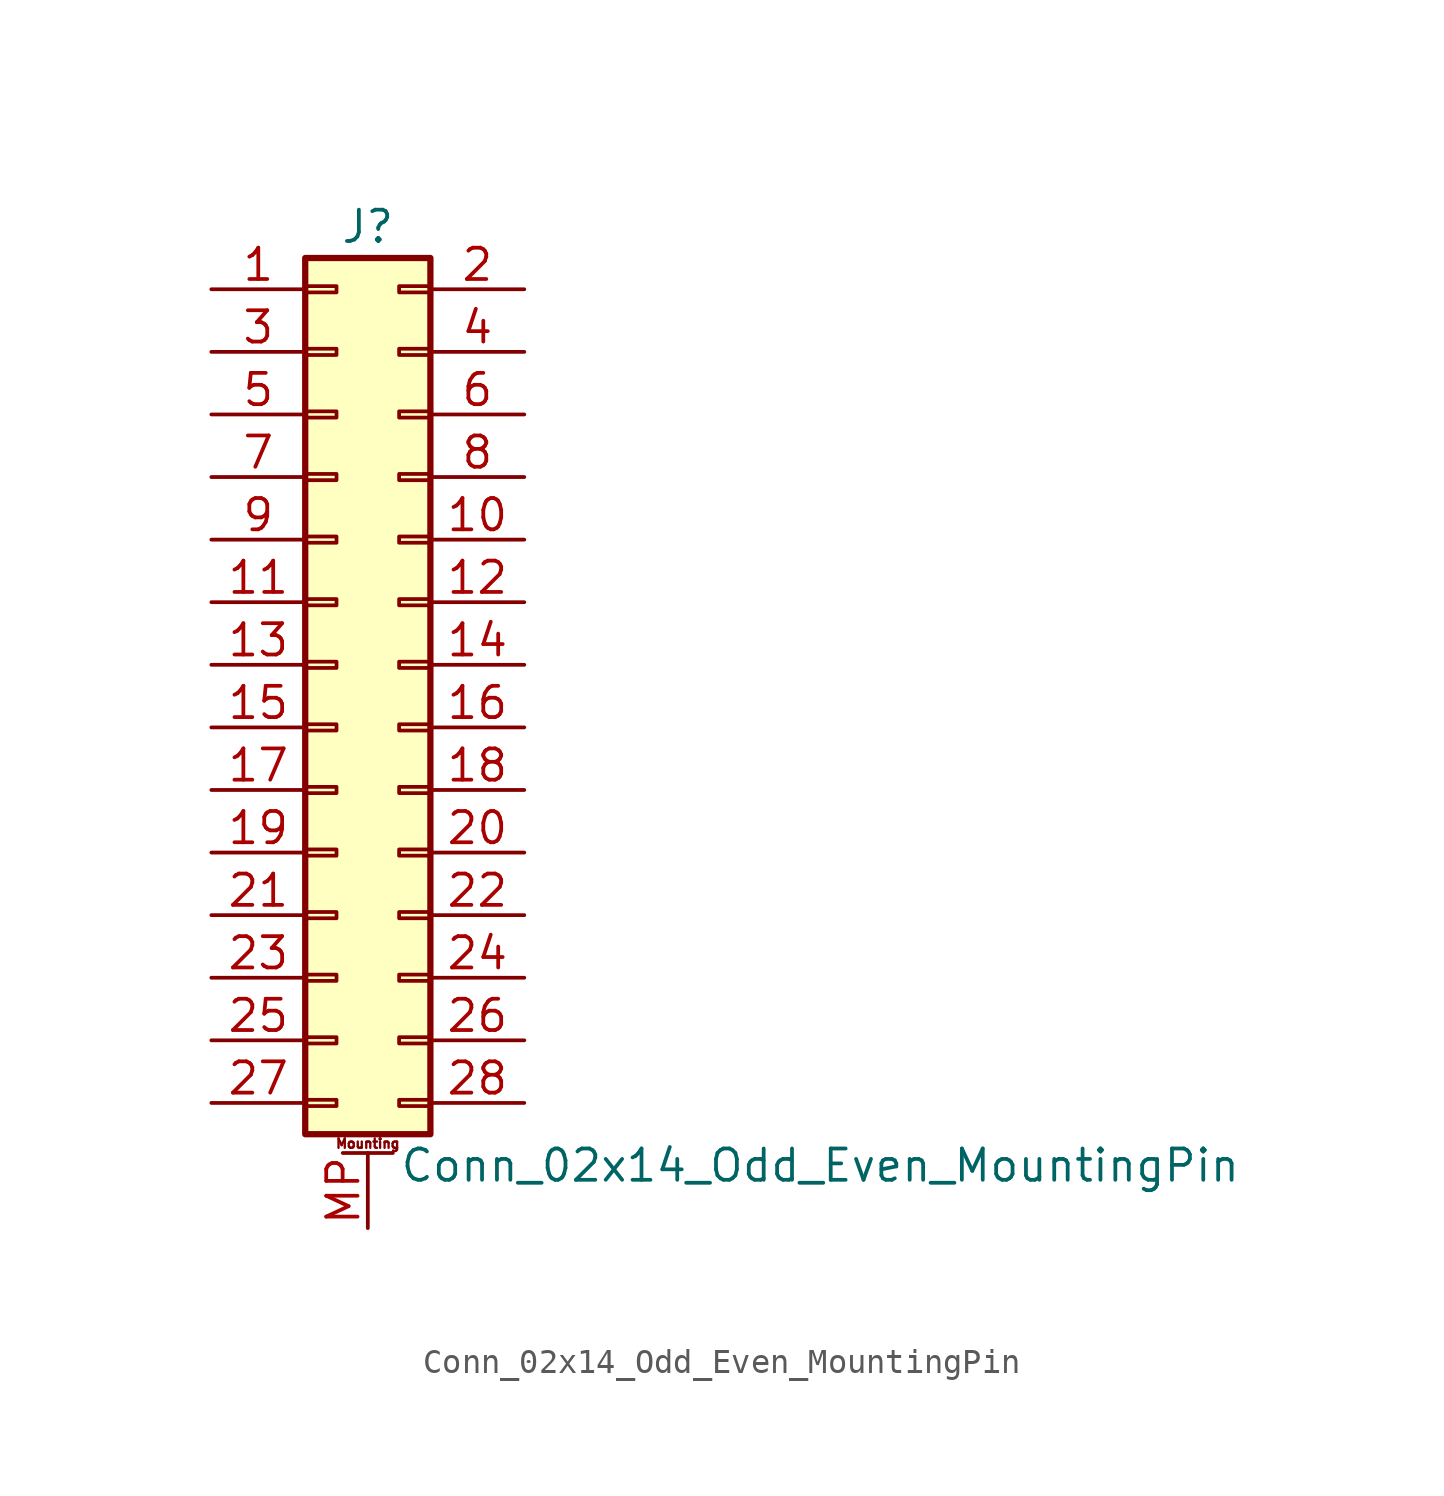
<source format=kicad_sym>
(kicad_symbol_lib
  (version 20201005)
  (generator kicad_symbol_editor)
  (symbol "Connector_Generic_MountingPin:Conn_02x14_Odd_Even_MountingPin"
    (pin_names
      (offset 1.016) hide)
    (property "Reference" "J"
      (at 1.27 17.78 0)
      (effects (font (size 1.27 1.27))))
    (property "Value" "Conn_02x14_Odd_Even_MountingPin"
      (at 2.54 -20.32 0)
      (effects (font (size 1.27 1.27)) (justify left)))
    (symbol "Conn_02x14_Odd_Even_MountingPin_1_1"
      (text "Mounting" (at 1.27 -19.431 0) (effects (font (size 0.381 0.381))))
      (rectangle (start -1.27 -4.953) (end 0 -5.207) (stroke (width 0.152)) (fill (type none)))
      (rectangle (start -1.27 -7.493) (end 0 -7.747) (stroke (width 0.152)) (fill (type none)))
      (rectangle (start -1.27 -10.033) (end 0 -10.287) (stroke (width 0.152)) (fill (type none)))
      (rectangle (start -1.27 -12.573) (end 0 -12.827) (stroke (width 0.152)) (fill (type none)))
      (rectangle (start -1.27 -15.113) (end 0 -15.367) (stroke (width 0.152)) (fill (type none)))
      (rectangle (start -1.27 -17.653) (end 0 -17.907) (stroke (width 0.152)) (fill (type none)))
      (rectangle (start -1.27 -2.413) (end 0 -2.667) (stroke (width 0.152)) (fill (type none)))
      (rectangle (start -1.27 2.667) (end 0 2.413) (stroke (width 0.152)) (fill (type none)))
      (rectangle (start -1.27 5.207) (end 0 4.953) (stroke (width 0.152)) (fill (type none)))
      (rectangle (start -1.27 7.747) (end 0 7.493) (stroke (width 0.152)) (fill (type none)))
      (rectangle (start -1.27 10.287) (end 0 10.033) (stroke (width 0.152)) (fill (type none)))
      (rectangle (start -1.27 0.127) (end 0 -0.127) (stroke (width 0.152)) (fill (type none)))
      (rectangle (start -1.27 12.827) (end 0 12.573) (stroke (width 0.152)) (fill (type none)))
      (rectangle (start -1.27 15.367) (end 0 15.113) (stroke (width 0.152)) (fill (type none)))
      (rectangle (start -1.27 16.51) (end 3.81 -19.05) (stroke (width 0.254)) (fill (type background)))
      (rectangle (start 3.81 -4.953) (end 2.54 -5.207) (stroke (width 0.152)) (fill (type none)))
      (rectangle (start 3.81 -7.493) (end 2.54 -7.747) (stroke (width 0.152)) (fill (type none)))
      (rectangle (start 3.81 -10.033) (end 2.54 -10.287) (stroke (width 0.152)) (fill (type none)))
      (rectangle (start 3.81 -12.573) (end 2.54 -12.827) (stroke (width 0.152)) (fill (type none)))
      (rectangle (start 3.81 -15.113) (end 2.54 -15.367) (stroke (width 0.152)) (fill (type none)))
      (rectangle (start 3.81 -17.653) (end 2.54 -17.907) (stroke (width 0.152)) (fill (type none)))
      (rectangle (start 3.81 -2.413) (end 2.54 -2.667) (stroke (width 0.152)) (fill (type none)))
      (rectangle (start 3.81 2.667) (end 2.54 2.413) (stroke (width 0.152)) (fill (type none)))
      (rectangle (start 3.81 5.207) (end 2.54 4.953) (stroke (width 0.152)) (fill (type none)))
      (rectangle (start 3.81 7.747) (end 2.54 7.493) (stroke (width 0.152)) (fill (type none)))
      (rectangle (start 3.81 10.287) (end 2.54 10.033) (stroke (width 0.152)) (fill (type none)))
      (rectangle (start 3.81 0.127) (end 2.54 -0.127) (stroke (width 0.152)) (fill (type none)))
      (rectangle (start 3.81 12.827) (end 2.54 12.573) (stroke (width 0.152)) (fill (type none)))
      (rectangle (start 3.81 15.367) (end 2.54 15.113) (stroke (width 0.152)) (fill (type none)))
      (polyline (pts (xy 0.254 -19.812) (xy 2.286 -19.812)) (stroke (width 0.152)) (fill (type none)))
      (pin passive line (at 1.27 -22.86 90) (length 3.048) (name "MountPin" (effects (font (size 1.27 1.27)))) (number "MP" (effects (font (size 1.27 1.27)))))
      (pin passive line (at -5.08 15.24 0) (length 3.81) (name "Pin_1" (effects (font (size 1.27 1.27)))) (number "1" (effects (font (size 1.27 1.27)))))
      (pin passive line (at 7.62 5.08 180) (length 3.81) (name "Pin_10" (effects (font (size 1.27 1.27)))) (number "10" (effects (font (size 1.27 1.27)))))
      (pin passive line (at -5.08 2.54 0) (length 3.81) (name "Pin_11" (effects (font (size 1.27 1.27)))) (number "11" (effects (font (size 1.27 1.27)))))
      (pin passive line (at 7.62 2.54 180) (length 3.81) (name "Pin_12" (effects (font (size 1.27 1.27)))) (number "12" (effects (font (size 1.27 1.27)))))
      (pin passive line (at -5.08 0 0) (length 3.81) (name "Pin_13" (effects (font (size 1.27 1.27)))) (number "13" (effects (font (size 1.27 1.27)))))
      (pin passive line (at 7.62 0 180) (length 3.81) (name "Pin_14" (effects (font (size 1.27 1.27)))) (number "14" (effects (font (size 1.27 1.27)))))
      (pin passive line (at -5.08 -2.54 0) (length 3.81) (name "Pin_15" (effects (font (size 1.27 1.27)))) (number "15" (effects (font (size 1.27 1.27)))))
      (pin passive line (at 7.62 -2.54 180) (length 3.81) (name "Pin_16" (effects (font (size 1.27 1.27)))) (number "16" (effects (font (size 1.27 1.27)))))
      (pin passive line (at -5.08 -5.08 0) (length 3.81) (name "Pin_17" (effects (font (size 1.27 1.27)))) (number "17" (effects (font (size 1.27 1.27)))))
      (pin passive line (at 7.62 -5.08 180) (length 3.81) (name "Pin_18" (effects (font (size 1.27 1.27)))) (number "18" (effects (font (size 1.27 1.27)))))
      (pin passive line (at -5.08 -7.62 0) (length 3.81) (name "Pin_19" (effects (font (size 1.27 1.27)))) (number "19" (effects (font (size 1.27 1.27)))))
      (pin passive line (at 7.62 15.24 180) (length 3.81) (name "Pin_2" (effects (font (size 1.27 1.27)))) (number "2" (effects (font (size 1.27 1.27)))))
      (pin passive line (at 7.62 -7.62 180) (length 3.81) (name "Pin_20" (effects (font (size 1.27 1.27)))) (number "20" (effects (font (size 1.27 1.27)))))
      (pin passive line (at -5.08 -10.16 0) (length 3.81) (name "Pin_21" (effects (font (size 1.27 1.27)))) (number "21" (effects (font (size 1.27 1.27)))))
      (pin passive line (at 7.62 -10.16 180) (length 3.81) (name "Pin_22" (effects (font (size 1.27 1.27)))) (number "22" (effects (font (size 1.27 1.27)))))
      (pin passive line (at -5.08 -12.7 0) (length 3.81) (name "Pin_23" (effects (font (size 1.27 1.27)))) (number "23" (effects (font (size 1.27 1.27)))))
      (pin passive line (at 7.62 -12.7 180) (length 3.81) (name "Pin_24" (effects (font (size 1.27 1.27)))) (number "24" (effects (font (size 1.27 1.27)))))
      (pin passive line (at -5.08 -15.24 0) (length 3.81) (name "Pin_25" (effects (font (size 1.27 1.27)))) (number "25" (effects (font (size 1.27 1.27)))))
      (pin passive line (at 7.62 -15.24 180) (length 3.81) (name "Pin_26" (effects (font (size 1.27 1.27)))) (number "26" (effects (font (size 1.27 1.27)))))
      (pin passive line (at -5.08 -17.78 0) (length 3.81) (name "Pin_27" (effects (font (size 1.27 1.27)))) (number "27" (effects (font (size 1.27 1.27)))))
      (pin passive line (at 7.62 -17.78 180) (length 3.81) (name "Pin_28" (effects (font (size 1.27 1.27)))) (number "28" (effects (font (size 1.27 1.27)))))
      (pin passive line (at -5.08 12.7 0) (length 3.81) (name "Pin_3" (effects (font (size 1.27 1.27)))) (number "3" (effects (font (size 1.27 1.27)))))
      (pin passive line (at 7.62 12.7 180) (length 3.81) (name "Pin_4" (effects (font (size 1.27 1.27)))) (number "4" (effects (font (size 1.27 1.27)))))
      (pin passive line (at -5.08 10.16 0) (length 3.81) (name "Pin_5" (effects (font (size 1.27 1.27)))) (number "5" (effects (font (size 1.27 1.27)))))
      (pin passive line (at 7.62 10.16 180) (length 3.81) (name "Pin_6" (effects (font (size 1.27 1.27)))) (number "6" (effects (font (size 1.27 1.27)))))
      (pin passive line (at -5.08 7.62 0) (length 3.81) (name "Pin_7" (effects (font (size 1.27 1.27)))) (number "7" (effects (font (size 1.27 1.27)))))
      (pin passive line (at 7.62 7.62 180) (length 3.81) (name "Pin_8" (effects (font (size 1.27 1.27)))) (number "8" (effects (font (size 1.27 1.27)))))
      (pin passive line (at -5.08 5.08 0) (length 3.81) (name "Pin_9" (effects (font (size 1.27 1.27)))) (number "9" (effects (font (size 1.27 1.27))))))))
</source>
